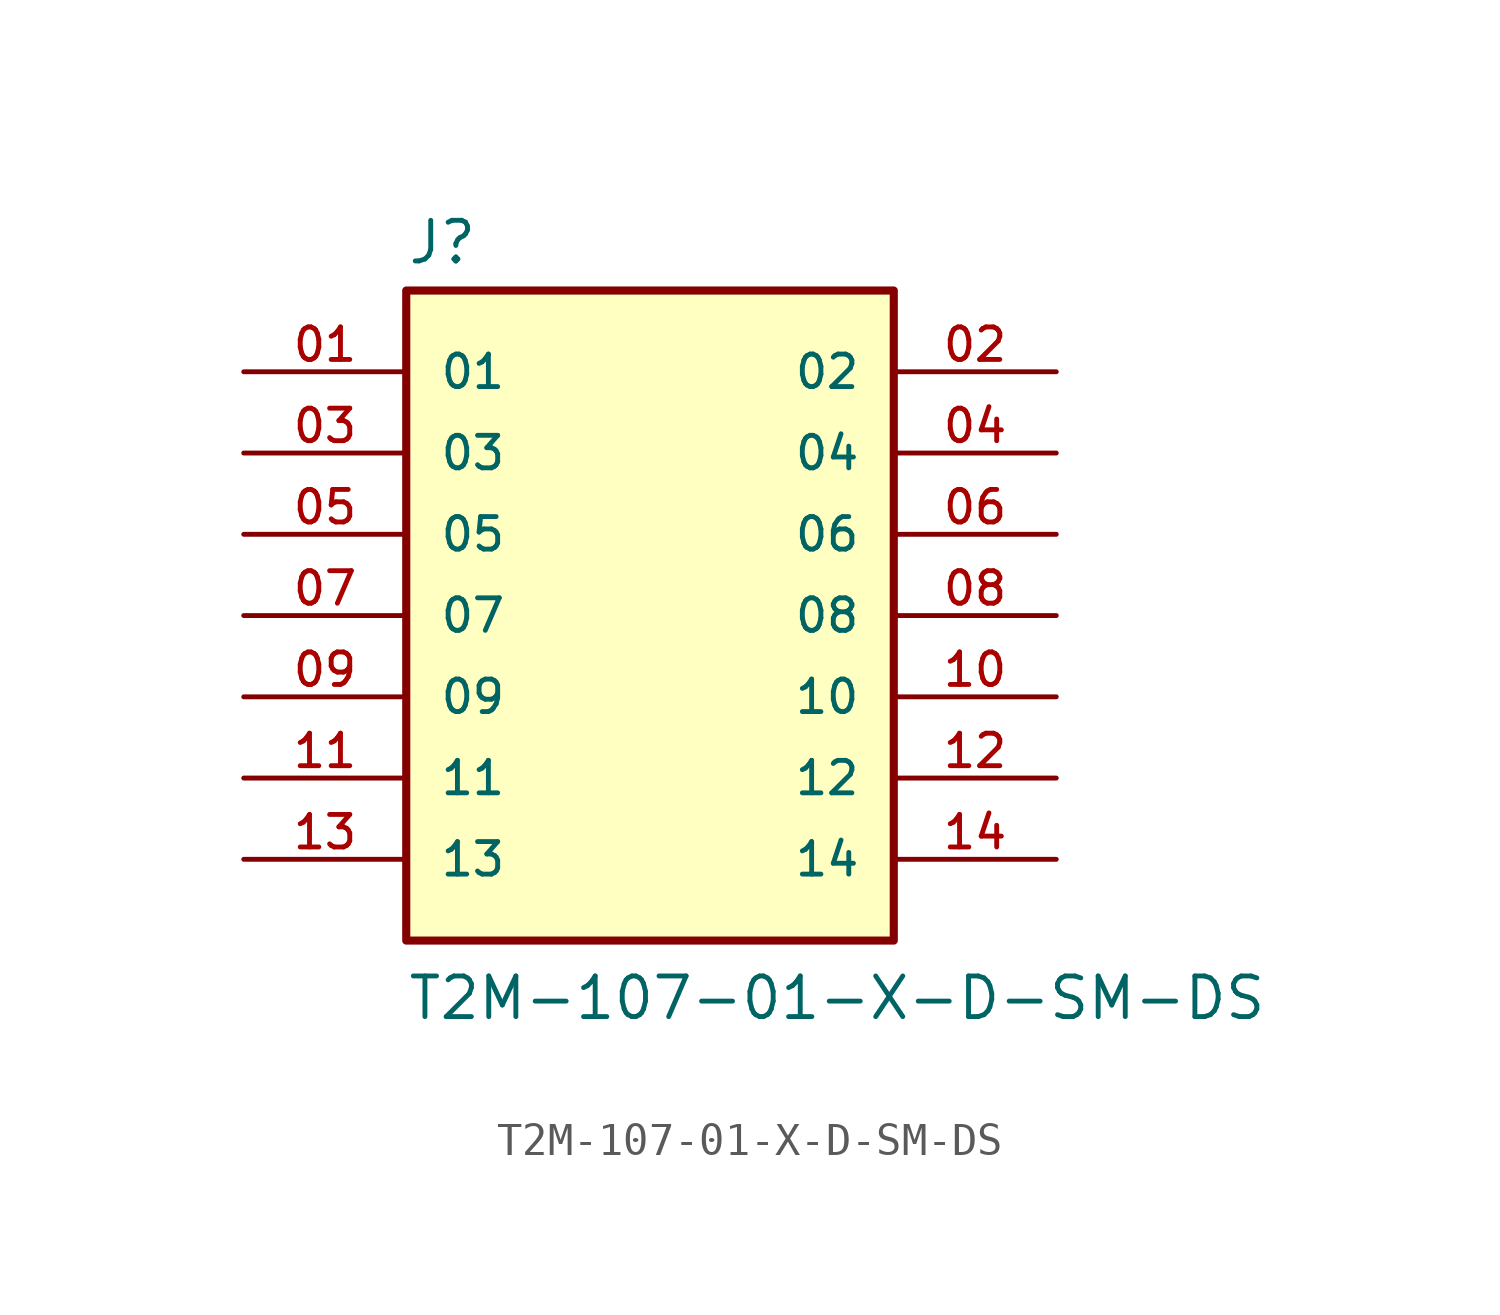
<source format=kicad_sym>
(kicad_symbol_lib
  (version 20211014)
  (generator kicad_symbol_editor)
  (symbol "T2M-107-01-X-D-SM-DS"
    (pin_names
      (offset 1.016))
    (property "Reference" "J"
      (at -7.62 10.922 0)
      (effects (font (size 1.27 1.27)) (justify bottom left)))
    (property "Value" "T2M-107-01-X-D-SM-DS"
      (at -7.62 -12.7 0)
      (effects (font (size 1.27 1.27)) (justify bottom left)))
    (symbol "T2M-107-01-X-D-SM-DS_0_0"
      (rectangle (start -7.62 -10.16) (end 7.62 10.16) (stroke (width 0.254)) (fill (type background)))
      (pin passive line (at -12.7 7.62 0) (length 5.08) (name "01" (effects (font (size 1.016 1.016)))) (number "01" (effects (font (size 1.016 1.016)))))
      (pin passive line (at 12.7 7.62 180.0) (length 5.08) (name "02" (effects (font (size 1.016 1.016)))) (number "02" (effects (font (size 1.016 1.016)))))
      (pin passive line (at -12.7 5.08 0) (length 5.08) (name "03" (effects (font (size 1.016 1.016)))) (number "03" (effects (font (size 1.016 1.016)))))
      (pin passive line (at 12.7 5.08 180.0) (length 5.08) (name "04" (effects (font (size 1.016 1.016)))) (number "04" (effects (font (size 1.016 1.016)))))
      (pin passive line (at -12.7 2.54 0) (length 5.08) (name "05" (effects (font (size 1.016 1.016)))) (number "05" (effects (font (size 1.016 1.016)))))
      (pin passive line (at 12.7 2.54 180.0) (length 5.08) (name "06" (effects (font (size 1.016 1.016)))) (number "06" (effects (font (size 1.016 1.016)))))
      (pin passive line (at -12.7 0.0 0) (length 5.08) (name "07" (effects (font (size 1.016 1.016)))) (number "07" (effects (font (size 1.016 1.016)))))
      (pin passive line (at 12.7 0.0 180.0) (length 5.08) (name "08" (effects (font (size 1.016 1.016)))) (number "08" (effects (font (size 1.016 1.016)))))
      (pin passive line (at -12.7 -2.54 0) (length 5.08) (name "09" (effects (font (size 1.016 1.016)))) (number "09" (effects (font (size 1.016 1.016)))))
      (pin passive line (at 12.7 -2.54 180.0) (length 5.08) (name "10" (effects (font (size 1.016 1.016)))) (number "10" (effects (font (size 1.016 1.016)))))
      (pin passive line (at -12.7 -5.08 0) (length 5.08) (name "11" (effects (font (size 1.016 1.016)))) (number "11" (effects (font (size 1.016 1.016)))))
      (pin passive line (at 12.7 -5.08 180.0) (length 5.08) (name "12" (effects (font (size 1.016 1.016)))) (number "12" (effects (font (size 1.016 1.016)))))
      (pin passive line (at -12.7 -7.62 0) (length 5.08) (name "13" (effects (font (size 1.016 1.016)))) (number "13" (effects (font (size 1.016 1.016)))))
      (pin passive line (at 12.7 -7.62 180.0) (length 5.08) (name "14" (effects (font (size 1.016 1.016)))) (number "14" (effects (font (size 1.016 1.016))))))))
</source>
